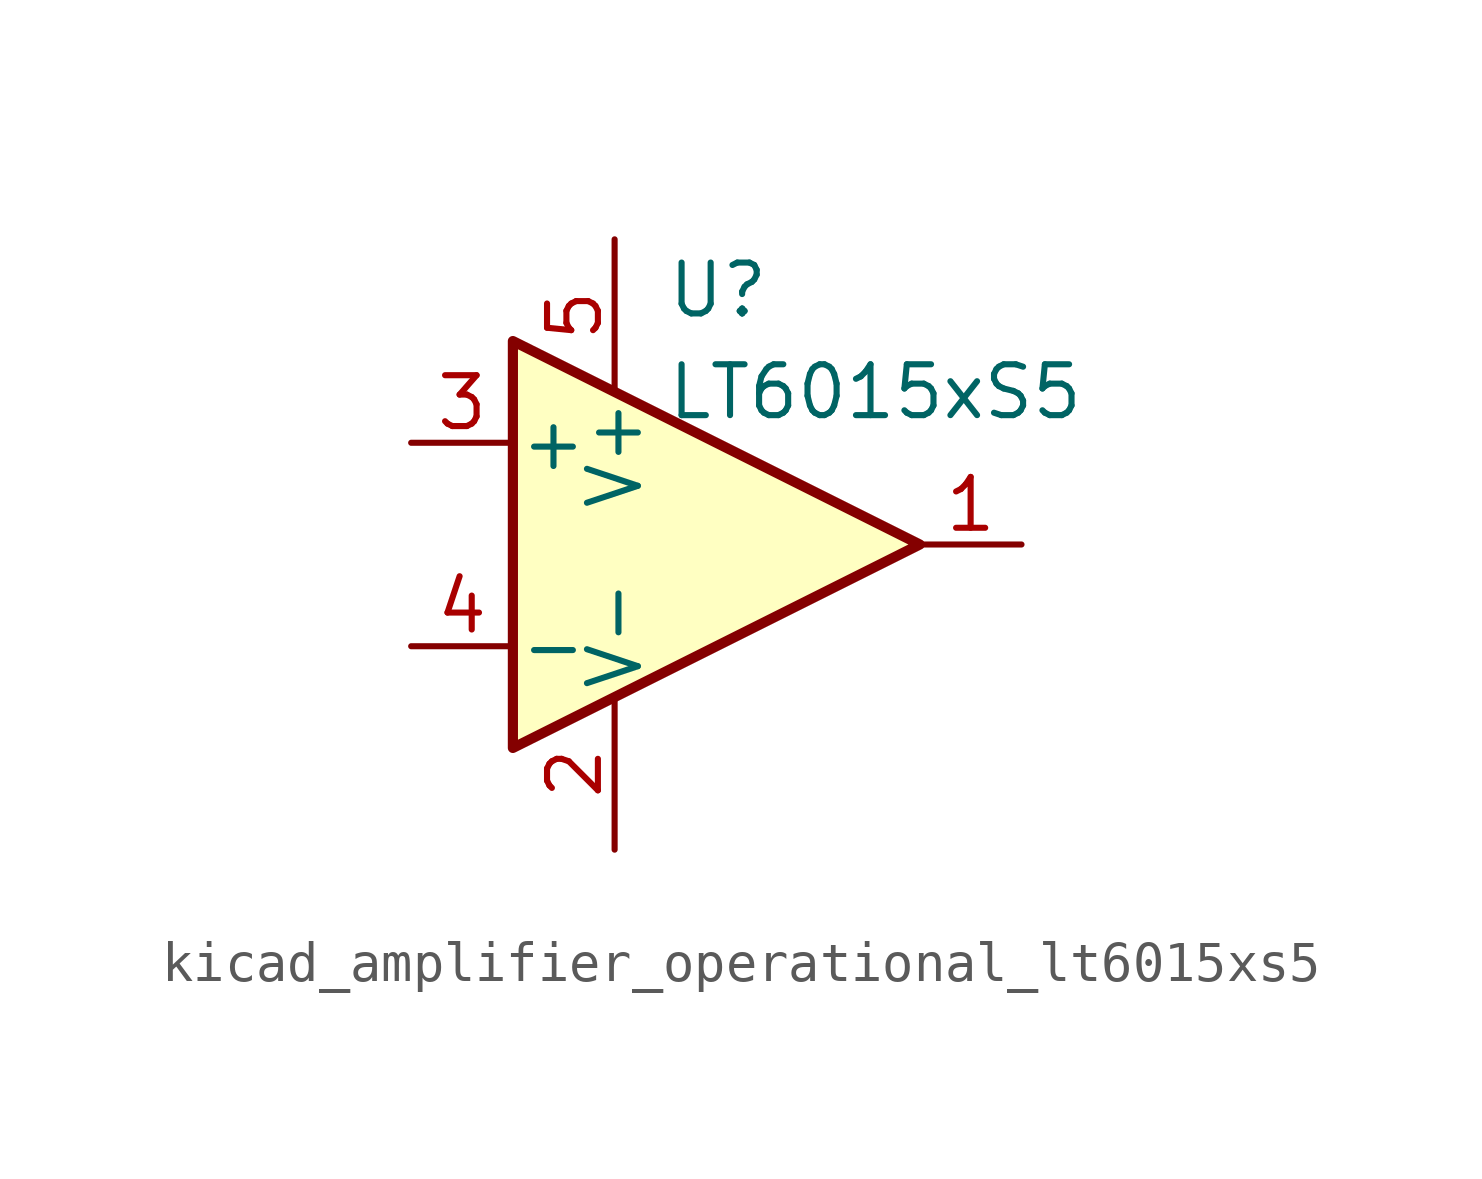
<source format=kicad_sym>
(kicad_symbol_lib
  (version 20220914)
  (generator kicad_symbol_editor)
  (symbol "kicad_amplifier_operational_lt6015xs5"
    (pin_names
      (offset 0.127))
    (property "Reference" "U"
      (at -1.27 6.35 0)
      (effects (font (size 1.27 1.27)) (justify left)))
    (property "Value" "LT6015xS5"
      (at -1.27 3.81 0)
      (effects (font (size 1.27 1.27)) (justify left)))
    (symbol "kicad_amplifier_operational_lt6015xs5_0_1"
      (polyline (pts (xy -5.08 5.08) (xy 5.08 0) (xy -5.08 -5.08) (xy -5.08 5.08)) (stroke (width 0.254) (type default)) (fill (type background)))
      (pin power_in line (at -2.54 -7.62 90) (length 3.81) (name "V-" (effects (font (size 1.27 1.27)))) (number "2" (effects (font (size 1.27 1.27)))))
      (pin power_in line (at -2.54 7.62 270) (length 3.81) (name "V+" (effects (font (size 1.27 1.27)))) (number "5" (effects (font (size 1.27 1.27))))))
    (symbol "kicad_amplifier_operational_lt6015xs5_1_1"
      (pin output line (at 7.62 0 180) (length 2.54) (name "~" (effects (font (size 1.27 1.27)))) (number "1" (effects (font (size 1.27 1.27)))))
      (pin input line (at -7.62 2.54 0) (length 2.54) (name "+" (effects (font (size 1.27 1.27)))) (number "3" (effects (font (size 1.27 1.27)))))
      (pin input line (at -7.62 -2.54 0) (length 2.54) (name "-" (effects (font (size 1.27 1.27)))) (number "4" (effects (font (size 1.27 1.27))))))))
</source>
